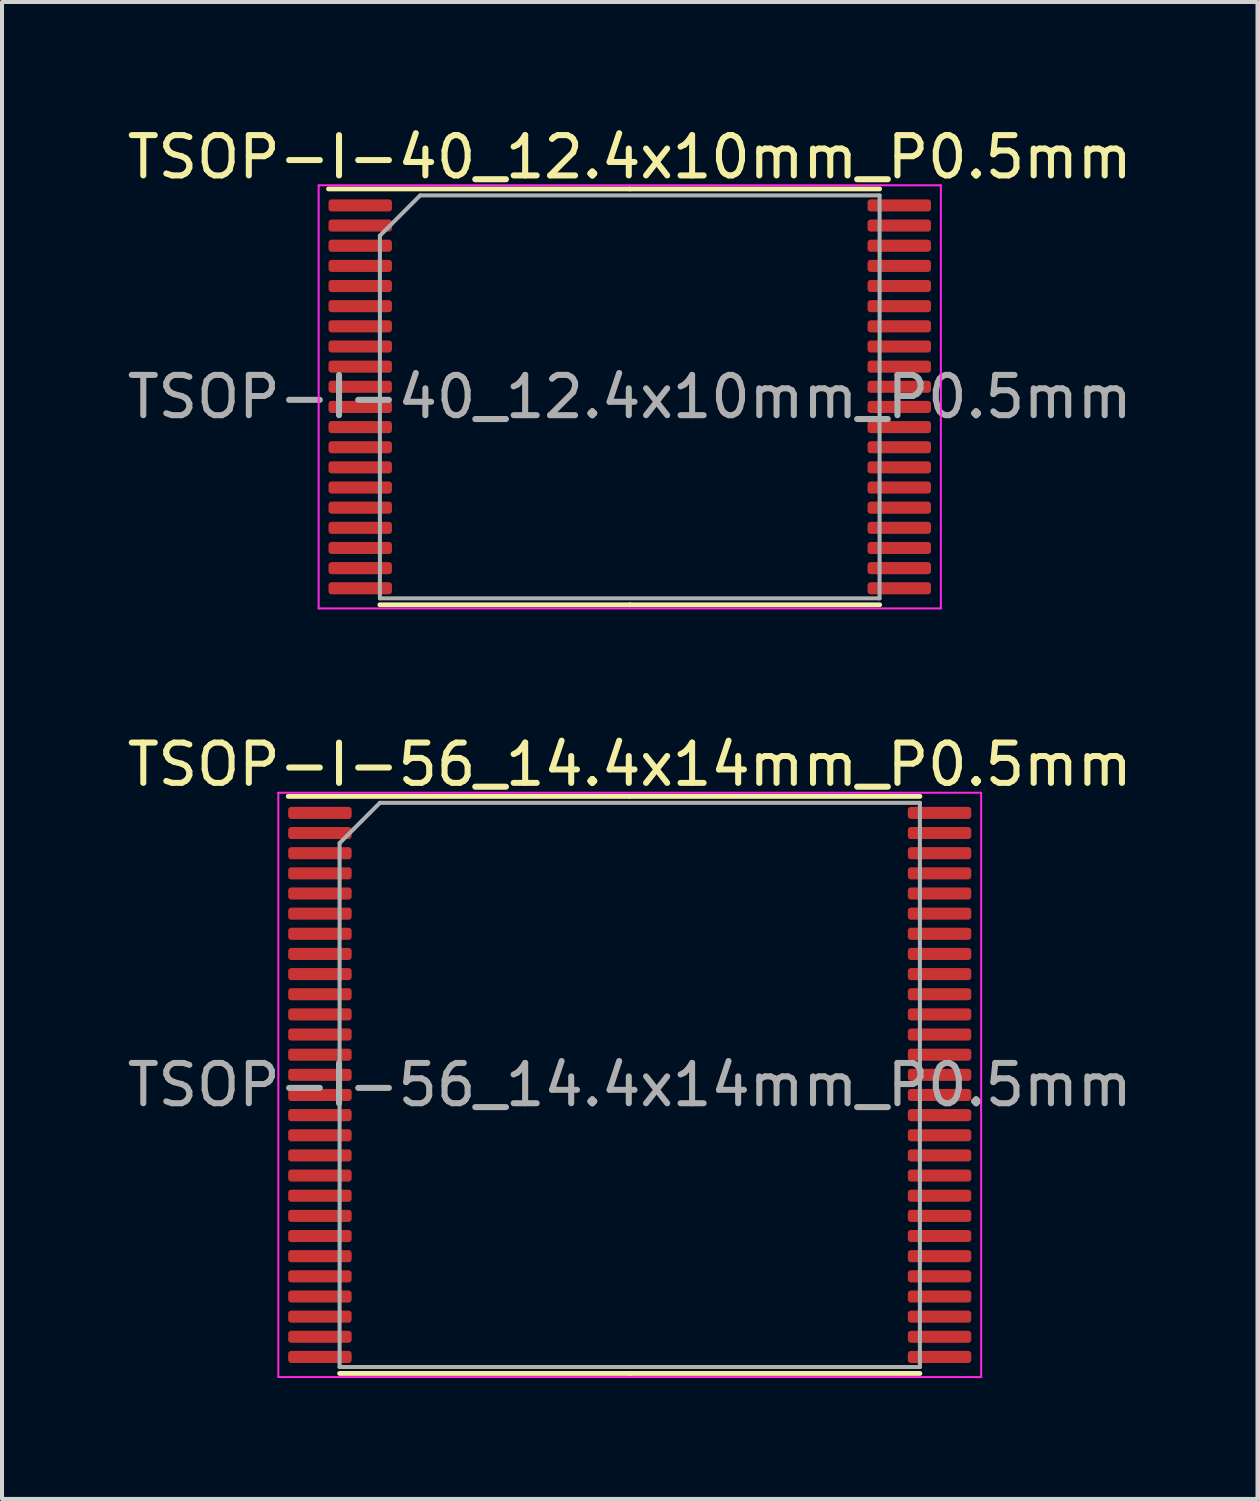
<source format=kicad_pcb>
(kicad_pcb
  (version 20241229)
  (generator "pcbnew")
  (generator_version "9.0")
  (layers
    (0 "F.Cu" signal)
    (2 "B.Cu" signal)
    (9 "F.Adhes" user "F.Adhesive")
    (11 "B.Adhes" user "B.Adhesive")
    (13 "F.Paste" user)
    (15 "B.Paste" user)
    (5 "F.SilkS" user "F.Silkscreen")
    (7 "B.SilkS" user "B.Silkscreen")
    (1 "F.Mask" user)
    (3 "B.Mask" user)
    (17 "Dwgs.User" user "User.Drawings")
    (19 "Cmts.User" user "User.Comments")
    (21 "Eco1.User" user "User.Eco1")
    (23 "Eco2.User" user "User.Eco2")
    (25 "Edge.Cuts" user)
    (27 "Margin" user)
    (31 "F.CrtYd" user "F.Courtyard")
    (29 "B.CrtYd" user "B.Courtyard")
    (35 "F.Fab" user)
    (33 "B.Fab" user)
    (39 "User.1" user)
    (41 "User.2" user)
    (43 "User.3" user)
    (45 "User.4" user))
  (footprint "TSOP-I-40_12.4x10mm_P0.5mm"
    (layer "F.Cu")
    (at 12.577 6.798)
    (property "Reference" "TSOP-I-40_12.4x10mm_P0.5mm" (at 0 -5.95 0) (layer "F.SilkS") (effects (font (size 1 1) (thickness 0.15))))
    (attr smd)
    (fp_line (start 0 -5.16) (end -7.475 -5.16) (stroke (width 0.12) (type solid)) (layer "F.SilkS"))
    (fp_line (start 0 -5.16) (end 6.2 -5.16) (stroke (width 0.12) (type solid)) (layer "F.SilkS"))
    (fp_line (start 0 5.16) (end -6.2 5.16) (stroke (width 0.12) (type solid)) (layer "F.SilkS"))
    (fp_line (start 0 5.16) (end 6.2 5.16) (stroke (width 0.12) (type solid)) (layer "F.SilkS"))
    (fp_line (start -7.72 -5.25) (end -7.72 5.25) (stroke (width 0.05) (type solid)) (layer "F.CrtYd"))
    (fp_line (start -7.72 5.25) (end 7.72 5.25) (stroke (width 0.05) (type solid)) (layer "F.CrtYd"))
    (fp_line (start 7.72 -5.25) (end -7.72 -5.25) (stroke (width 0.05) (type solid)) (layer "F.CrtYd"))
    (fp_line (start 7.72 5.25) (end 7.72 -5.25) (stroke (width 0.05) (type solid)) (layer "F.CrtYd"))
    (fp_line (start -6.2 -4) (end -5.2 -5) (stroke (width 0.1) (type solid)) (layer "F.Fab"))
    (fp_line (start -6.2 5) (end -6.2 -4) (stroke (width 0.1) (type solid)) (layer "F.Fab"))
    (fp_line (start -5.2 -5) (end 6.2 -5) (stroke (width 0.1) (type solid)) (layer "F.Fab"))
    (fp_line (start 6.2 -5) (end 6.2 5) (stroke (width 0.1) (type solid)) (layer "F.Fab"))
    (fp_line (start 6.2 5) (end -6.2 5) (stroke (width 0.1) (type solid)) (layer "F.Fab"))
    (fp_text user "${REFERENCE}" (at 0 0 0) (layer "F.Fab") (effects (font (size 1 1) (thickness 0.15))))
    (pad "1" smd roundrect (at -6.688 -4.75) (size 1.575 0.3) (layers "F.Cu" "F.Mask" "F.Paste") (roundrect_rratio 0.25))
    (pad "2" smd roundrect (at -6.688 -4.25) (size 1.575 0.3) (layers "F.Cu" "F.Mask" "F.Paste") (roundrect_rratio 0.25))
    (pad "3" smd roundrect (at -6.688 -3.75) (size 1.575 0.3) (layers "F.Cu" "F.Mask" "F.Paste") (roundrect_rratio 0.25))
    (pad "4" smd roundrect (at -6.688 -3.25) (size 1.575 0.3) (layers "F.Cu" "F.Mask" "F.Paste") (roundrect_rratio 0.25))
    (pad "5" smd roundrect (at -6.688 -2.75) (size 1.575 0.3) (layers "F.Cu" "F.Mask" "F.Paste") (roundrect_rratio 0.25))
    (pad "6" smd roundrect (at -6.688 -2.25) (size 1.575 0.3) (layers "F.Cu" "F.Mask" "F.Paste") (roundrect_rratio 0.25))
    (pad "7" smd roundrect (at -6.688 -1.75) (size 1.575 0.3) (layers "F.Cu" "F.Mask" "F.Paste") (roundrect_rratio 0.25))
    (pad "8" smd roundrect (at -6.688 -1.25) (size 1.575 0.3) (layers "F.Cu" "F.Mask" "F.Paste") (roundrect_rratio 0.25))
    (pad "9" smd roundrect (at -6.688 -0.75) (size 1.575 0.3) (layers "F.Cu" "F.Mask" "F.Paste") (roundrect_rratio 0.25))
    (pad "10" smd roundrect (at -6.688 -0.25) (size 1.575 0.3) (layers "F.Cu" "F.Mask" "F.Paste") (roundrect_rratio 0.25))
    (pad "11" smd roundrect (at -6.688 0.25) (size 1.575 0.3) (layers "F.Cu" "F.Mask" "F.Paste") (roundrect_rratio 0.25))
    (pad "12" smd roundrect (at -6.688 0.75) (size 1.575 0.3) (layers "F.Cu" "F.Mask" "F.Paste") (roundrect_rratio 0.25))
    (pad "13" smd roundrect (at -6.688 1.25) (size 1.575 0.3) (layers "F.Cu" "F.Mask" "F.Paste") (roundrect_rratio 0.25))
    (pad "14" smd roundrect (at -6.688 1.75) (size 1.575 0.3) (layers "F.Cu" "F.Mask" "F.Paste") (roundrect_rratio 0.25))
    (pad "15" smd roundrect (at -6.688 2.25) (size 1.575 0.3) (layers "F.Cu" "F.Mask" "F.Paste") (roundrect_rratio 0.25))
    (pad "16" smd roundrect (at -6.688 2.75) (size 1.575 0.3) (layers "F.Cu" "F.Mask" "F.Paste") (roundrect_rratio 0.25))
    (pad "17" smd roundrect (at -6.688 3.25) (size 1.575 0.3) (layers "F.Cu" "F.Mask" "F.Paste") (roundrect_rratio 0.25))
    (pad "18" smd roundrect (at -6.688 3.75) (size 1.575 0.3) (layers "F.Cu" "F.Mask" "F.Paste") (roundrect_rratio 0.25))
    (pad "19" smd roundrect (at -6.688 4.25) (size 1.575 0.3) (layers "F.Cu" "F.Mask" "F.Paste") (roundrect_rratio 0.25))
    (pad "20" smd roundrect (at -6.688 4.75) (size 1.575 0.3) (layers "F.Cu" "F.Mask" "F.Paste") (roundrect_rratio 0.25))
    (pad "21" smd roundrect (at 6.688 4.75) (size 1.575 0.3) (layers "F.Cu" "F.Mask" "F.Paste") (roundrect_rratio 0.25))
    (pad "22" smd roundrect (at 6.688 4.25) (size 1.575 0.3) (layers "F.Cu" "F.Mask" "F.Paste") (roundrect_rratio 0.25))
    (pad "23" smd roundrect (at 6.688 3.75) (size 1.575 0.3) (layers "F.Cu" "F.Mask" "F.Paste") (roundrect_rratio 0.25))
    (pad "24" smd roundrect (at 6.688 3.25) (size 1.575 0.3) (layers "F.Cu" "F.Mask" "F.Paste") (roundrect_rratio 0.25))
    (pad "25" smd roundrect (at 6.688 2.75) (size 1.575 0.3) (layers "F.Cu" "F.Mask" "F.Paste") (roundrect_rratio 0.25))
    (pad "26" smd roundrect (at 6.688 2.25) (size 1.575 0.3) (layers "F.Cu" "F.Mask" "F.Paste") (roundrect_rratio 0.25))
    (pad "27" smd roundrect (at 6.688 1.75) (size 1.575 0.3) (layers "F.Cu" "F.Mask" "F.Paste") (roundrect_rratio 0.25))
    (pad "28" smd roundrect (at 6.688 1.25) (size 1.575 0.3) (layers "F.Cu" "F.Mask" "F.Paste") (roundrect_rratio 0.25))
    (pad "29" smd roundrect (at 6.688 0.75) (size 1.575 0.3) (layers "F.Cu" "F.Mask" "F.Paste") (roundrect_rratio 0.25))
    (pad "30" smd roundrect (at 6.688 0.25) (size 1.575 0.3) (layers "F.Cu" "F.Mask" "F.Paste") (roundrect_rratio 0.25))
    (pad "31" smd roundrect (at 6.688 -0.25) (size 1.575 0.3) (layers "F.Cu" "F.Mask" "F.Paste") (roundrect_rratio 0.25))
    (pad "32" smd roundrect (at 6.688 -0.75) (size 1.575 0.3) (layers "F.Cu" "F.Mask" "F.Paste") (roundrect_rratio 0.25))
    (pad "33" smd roundrect (at 6.688 -1.25) (size 1.575 0.3) (layers "F.Cu" "F.Mask" "F.Paste") (roundrect_rratio 0.25))
    (pad "34" smd roundrect (at 6.688 -1.75) (size 1.575 0.3) (layers "F.Cu" "F.Mask" "F.Paste") (roundrect_rratio 0.25))
    (pad "35" smd roundrect (at 6.688 -2.25) (size 1.575 0.3) (layers "F.Cu" "F.Mask" "F.Paste") (roundrect_rratio 0.25))
    (pad "36" smd roundrect (at 6.688 -2.75) (size 1.575 0.3) (layers "F.Cu" "F.Mask" "F.Paste") (roundrect_rratio 0.25))
    (pad "37" smd roundrect (at 6.688 -3.25) (size 1.575 0.3) (layers "F.Cu" "F.Mask" "F.Paste") (roundrect_rratio 0.25))
    (pad "38" smd roundrect (at 6.688 -3.75) (size 1.575 0.3) (layers "F.Cu" "F.Mask" "F.Paste") (roundrect_rratio 0.25))
    (pad "39" smd roundrect (at 6.688 -4.25) (size 1.575 0.3) (layers "F.Cu" "F.Mask" "F.Paste") (roundrect_rratio 0.25))
    (pad "40" smd roundrect (at 6.688 -4.75) (size 1.575 0.3) (layers "F.Cu" "F.Mask" "F.Paste") (roundrect_rratio 0.25)))
  (footprint "TSOP-I-56_14.4x14mm_P0.5mm"
    (layer "F.Cu")
    (at 12.577 23.872)
    (property "Reference" "TSOP-I-56_14.4x14mm_P0.5mm" (at 0 -7.95 0) (layer "F.SilkS") (effects (font (size 1 1) (thickness 0.15))))
    (attr smd)
    (fp_line (start 0 -7.16) (end -8.475 -7.16) (stroke (width 0.12) (type solid)) (layer "F.SilkS"))
    (fp_line (start 0 -7.16) (end 7.2 -7.16) (stroke (width 0.12) (type solid)) (layer "F.SilkS"))
    (fp_line (start 0 7.16) (end -7.2 7.16) (stroke (width 0.12) (type solid)) (layer "F.SilkS"))
    (fp_line (start 0 7.16) (end 7.2 7.16) (stroke (width 0.12) (type solid)) (layer "F.SilkS"))
    (fp_line (start -8.72 -7.25) (end -8.72 7.25) (stroke (width 0.05) (type solid)) (layer "F.CrtYd"))
    (fp_line (start -8.72 7.25) (end 8.72 7.25) (stroke (width 0.05) (type solid)) (layer "F.CrtYd"))
    (fp_line (start 8.72 -7.25) (end -8.72 -7.25) (stroke (width 0.05) (type solid)) (layer "F.CrtYd"))
    (fp_line (start 8.72 7.25) (end 8.72 -7.25) (stroke (width 0.05) (type solid)) (layer "F.CrtYd"))
    (fp_line (start -7.2 -6) (end -6.2 -7) (stroke (width 0.1) (type solid)) (layer "F.Fab"))
    (fp_line (start -7.2 7) (end -7.2 -6) (stroke (width 0.1) (type solid)) (layer "F.Fab"))
    (fp_line (start -6.2 -7) (end 7.2 -7) (stroke (width 0.1) (type solid)) (layer "F.Fab"))
    (fp_line (start 7.2 -7) (end 7.2 7) (stroke (width 0.1) (type solid)) (layer "F.Fab"))
    (fp_line (start 7.2 7) (end -7.2 7) (stroke (width 0.1) (type solid)) (layer "F.Fab"))
    (fp_text user "${REFERENCE}" (at 0 0 0) (layer "F.Fab") (effects (font (size 1 1) (thickness 0.15))))
    (pad "1" smd roundrect (at -7.688 -6.75) (size 1.575 0.3) (layers "F.Cu" "F.Mask" "F.Paste") (roundrect_rratio 0.25))
    (pad "2" smd roundrect (at -7.688 -6.25) (size 1.575 0.3) (layers "F.Cu" "F.Mask" "F.Paste") (roundrect_rratio 0.25))
    (pad "3" smd roundrect (at -7.688 -5.75) (size 1.575 0.3) (layers "F.Cu" "F.Mask" "F.Paste") (roundrect_rratio 0.25))
    (pad "4" smd roundrect (at -7.688 -5.25) (size 1.575 0.3) (layers "F.Cu" "F.Mask" "F.Paste") (roundrect_rratio 0.25))
    (pad "5" smd roundrect (at -7.688 -4.75) (size 1.575 0.3) (layers "F.Cu" "F.Mask" "F.Paste") (roundrect_rratio 0.25))
    (pad "6" smd roundrect (at -7.688 -4.25) (size 1.575 0.3) (layers "F.Cu" "F.Mask" "F.Paste") (roundrect_rratio 0.25))
    (pad "7" smd roundrect (at -7.688 -3.75) (size 1.575 0.3) (layers "F.Cu" "F.Mask" "F.Paste") (roundrect_rratio 0.25))
    (pad "8" smd roundrect (at -7.688 -3.25) (size 1.575 0.3) (layers "F.Cu" "F.Mask" "F.Paste") (roundrect_rratio 0.25))
    (pad "9" smd roundrect (at -7.688 -2.75) (size 1.575 0.3) (layers "F.Cu" "F.Mask" "F.Paste") (roundrect_rratio 0.25))
    (pad "10" smd roundrect (at -7.688 -2.25) (size 1.575 0.3) (layers "F.Cu" "F.Mask" "F.Paste") (roundrect_rratio 0.25))
    (pad "11" smd roundrect (at -7.688 -1.75) (size 1.575 0.3) (layers "F.Cu" "F.Mask" "F.Paste") (roundrect_rratio 0.25))
    (pad "12" smd roundrect (at -7.688 -1.25) (size 1.575 0.3) (layers "F.Cu" "F.Mask" "F.Paste") (roundrect_rratio 0.25))
    (pad "13" smd roundrect (at -7.688 -0.75) (size 1.575 0.3) (layers "F.Cu" "F.Mask" "F.Paste") (roundrect_rratio 0.25))
    (pad "14" smd roundrect (at -7.688 -0.25) (size 1.575 0.3) (layers "F.Cu" "F.Mask" "F.Paste") (roundrect_rratio 0.25))
    (pad "15" smd roundrect (at -7.688 0.25) (size 1.575 0.3) (layers "F.Cu" "F.Mask" "F.Paste") (roundrect_rratio 0.25))
    (pad "16" smd roundrect (at -7.688 0.75) (size 1.575 0.3) (layers "F.Cu" "F.Mask" "F.Paste") (roundrect_rratio 0.25))
    (pad "17" smd roundrect (at -7.688 1.25) (size 1.575 0.3) (layers "F.Cu" "F.Mask" "F.Paste") (roundrect_rratio 0.25))
    (pad "18" smd roundrect (at -7.688 1.75) (size 1.575 0.3) (layers "F.Cu" "F.Mask" "F.Paste") (roundrect_rratio 0.25))
    (pad "19" smd roundrect (at -7.688 2.25) (size 1.575 0.3) (layers "F.Cu" "F.Mask" "F.Paste") (roundrect_rratio 0.25))
    (pad "20" smd roundrect (at -7.688 2.75) (size 1.575 0.3) (layers "F.Cu" "F.Mask" "F.Paste") (roundrect_rratio 0.25))
    (pad "21" smd roundrect (at -7.688 3.25) (size 1.575 0.3) (layers "F.Cu" "F.Mask" "F.Paste") (roundrect_rratio 0.25))
    (pad "22" smd roundrect (at -7.688 3.75) (size 1.575 0.3) (layers "F.Cu" "F.Mask" "F.Paste") (roundrect_rratio 0.25))
    (pad "23" smd roundrect (at -7.688 4.25) (size 1.575 0.3) (layers "F.Cu" "F.Mask" "F.Paste") (roundrect_rratio 0.25))
    (pad "24" smd roundrect (at -7.688 4.75) (size 1.575 0.3) (layers "F.Cu" "F.Mask" "F.Paste") (roundrect_rratio 0.25))
    (pad "25" smd roundrect (at -7.688 5.25) (size 1.575 0.3) (layers "F.Cu" "F.Mask" "F.Paste") (roundrect_rratio 0.25))
    (pad "26" smd roundrect (at -7.688 5.75) (size 1.575 0.3) (layers "F.Cu" "F.Mask" "F.Paste") (roundrect_rratio 0.25))
    (pad "27" smd roundrect (at -7.688 6.25) (size 1.575 0.3) (layers "F.Cu" "F.Mask" "F.Paste") (roundrect_rratio 0.25))
    (pad "28" smd roundrect (at -7.688 6.75) (size 1.575 0.3) (layers "F.Cu" "F.Mask" "F.Paste") (roundrect_rratio 0.25))
    (pad "29" smd roundrect (at 7.688 6.75) (size 1.575 0.3) (layers "F.Cu" "F.Mask" "F.Paste") (roundrect_rratio 0.25))
    (pad "30" smd roundrect (at 7.688 6.25) (size 1.575 0.3) (layers "F.Cu" "F.Mask" "F.Paste") (roundrect_rratio 0.25))
    (pad "31" smd roundrect (at 7.688 5.75) (size 1.575 0.3) (layers "F.Cu" "F.Mask" "F.Paste") (roundrect_rratio 0.25))
    (pad "32" smd roundrect (at 7.688 5.25) (size 1.575 0.3) (layers "F.Cu" "F.Mask" "F.Paste") (roundrect_rratio 0.25))
    (pad "33" smd roundrect (at 7.688 4.75) (size 1.575 0.3) (layers "F.Cu" "F.Mask" "F.Paste") (roundrect_rratio 0.25))
    (pad "34" smd roundrect (at 7.688 4.25) (size 1.575 0.3) (layers "F.Cu" "F.Mask" "F.Paste") (roundrect_rratio 0.25))
    (pad "35" smd roundrect (at 7.688 3.75) (size 1.575 0.3) (layers "F.Cu" "F.Mask" "F.Paste") (roundrect_rratio 0.25))
    (pad "36" smd roundrect (at 7.688 3.25) (size 1.575 0.3) (layers "F.Cu" "F.Mask" "F.Paste") (roundrect_rratio 0.25))
    (pad "37" smd roundrect (at 7.688 2.75) (size 1.575 0.3) (layers "F.Cu" "F.Mask" "F.Paste") (roundrect_rratio 0.25))
    (pad "38" smd roundrect (at 7.688 2.25) (size 1.575 0.3) (layers "F.Cu" "F.Mask" "F.Paste") (roundrect_rratio 0.25))
    (pad "39" smd roundrect (at 7.688 1.75) (size 1.575 0.3) (layers "F.Cu" "F.Mask" "F.Paste") (roundrect_rratio 0.25))
    (pad "40" smd roundrect (at 7.688 1.25) (size 1.575 0.3) (layers "F.Cu" "F.Mask" "F.Paste") (roundrect_rratio 0.25))
    (pad "41" smd roundrect (at 7.688 0.75) (size 1.575 0.3) (layers "F.Cu" "F.Mask" "F.Paste") (roundrect_rratio 0.25))
    (pad "42" smd roundrect (at 7.688 0.25) (size 1.575 0.3) (layers "F.Cu" "F.Mask" "F.Paste") (roundrect_rratio 0.25))
    (pad "43" smd roundrect (at 7.688 -0.25) (size 1.575 0.3) (layers "F.Cu" "F.Mask" "F.Paste") (roundrect_rratio 0.25))
    (pad "44" smd roundrect (at 7.688 -0.75) (size 1.575 0.3) (layers "F.Cu" "F.Mask" "F.Paste") (roundrect_rratio 0.25))
    (pad "45" smd roundrect (at 7.688 -1.25) (size 1.575 0.3) (layers "F.Cu" "F.Mask" "F.Paste") (roundrect_rratio 0.25))
    (pad "46" smd roundrect (at 7.688 -1.75) (size 1.575 0.3) (layers "F.Cu" "F.Mask" "F.Paste") (roundrect_rratio 0.25))
    (pad "47" smd roundrect (at 7.688 -2.25) (size 1.575 0.3) (layers "F.Cu" "F.Mask" "F.Paste") (roundrect_rratio 0.25))
    (pad "48" smd roundrect (at 7.688 -2.75) (size 1.575 0.3) (layers "F.Cu" "F.Mask" "F.Paste") (roundrect_rratio 0.25))
    (pad "49" smd roundrect (at 7.688 -3.25) (size 1.575 0.3) (layers "F.Cu" "F.Mask" "F.Paste") (roundrect_rratio 0.25))
    (pad "50" smd roundrect (at 7.688 -3.75) (size 1.575 0.3) (layers "F.Cu" "F.Mask" "F.Paste") (roundrect_rratio 0.25))
    (pad "51" smd roundrect (at 7.688 -4.25) (size 1.575 0.3) (layers "F.Cu" "F.Mask" "F.Paste") (roundrect_rratio 0.25))
    (pad "52" smd roundrect (at 7.688 -4.75) (size 1.575 0.3) (layers "F.Cu" "F.Mask" "F.Paste") (roundrect_rratio 0.25))
    (pad "53" smd roundrect (at 7.688 -5.25) (size 1.575 0.3) (layers "F.Cu" "F.Mask" "F.Paste") (roundrect_rratio 0.25))
    (pad "54" smd roundrect (at 7.688 -5.75) (size 1.575 0.3) (layers "F.Cu" "F.Mask" "F.Paste") (roundrect_rratio 0.25))
    (pad "55" smd roundrect (at 7.688 -6.25) (size 1.575 0.3) (layers "F.Cu" "F.Mask" "F.Paste") (roundrect_rratio 0.25))
    (pad "56" smd roundrect (at 7.688 -6.75) (size 1.575 0.3) (layers "F.Cu" "F.Mask" "F.Paste") (roundrect_rratio 0.25)))
  (gr_rect
    (start -3 -3)
    (end 28.155 34.147)
    (stroke (width 0.1) (type default))
    (fill no)
    (layer "Edge.Cuts")))
</source>
